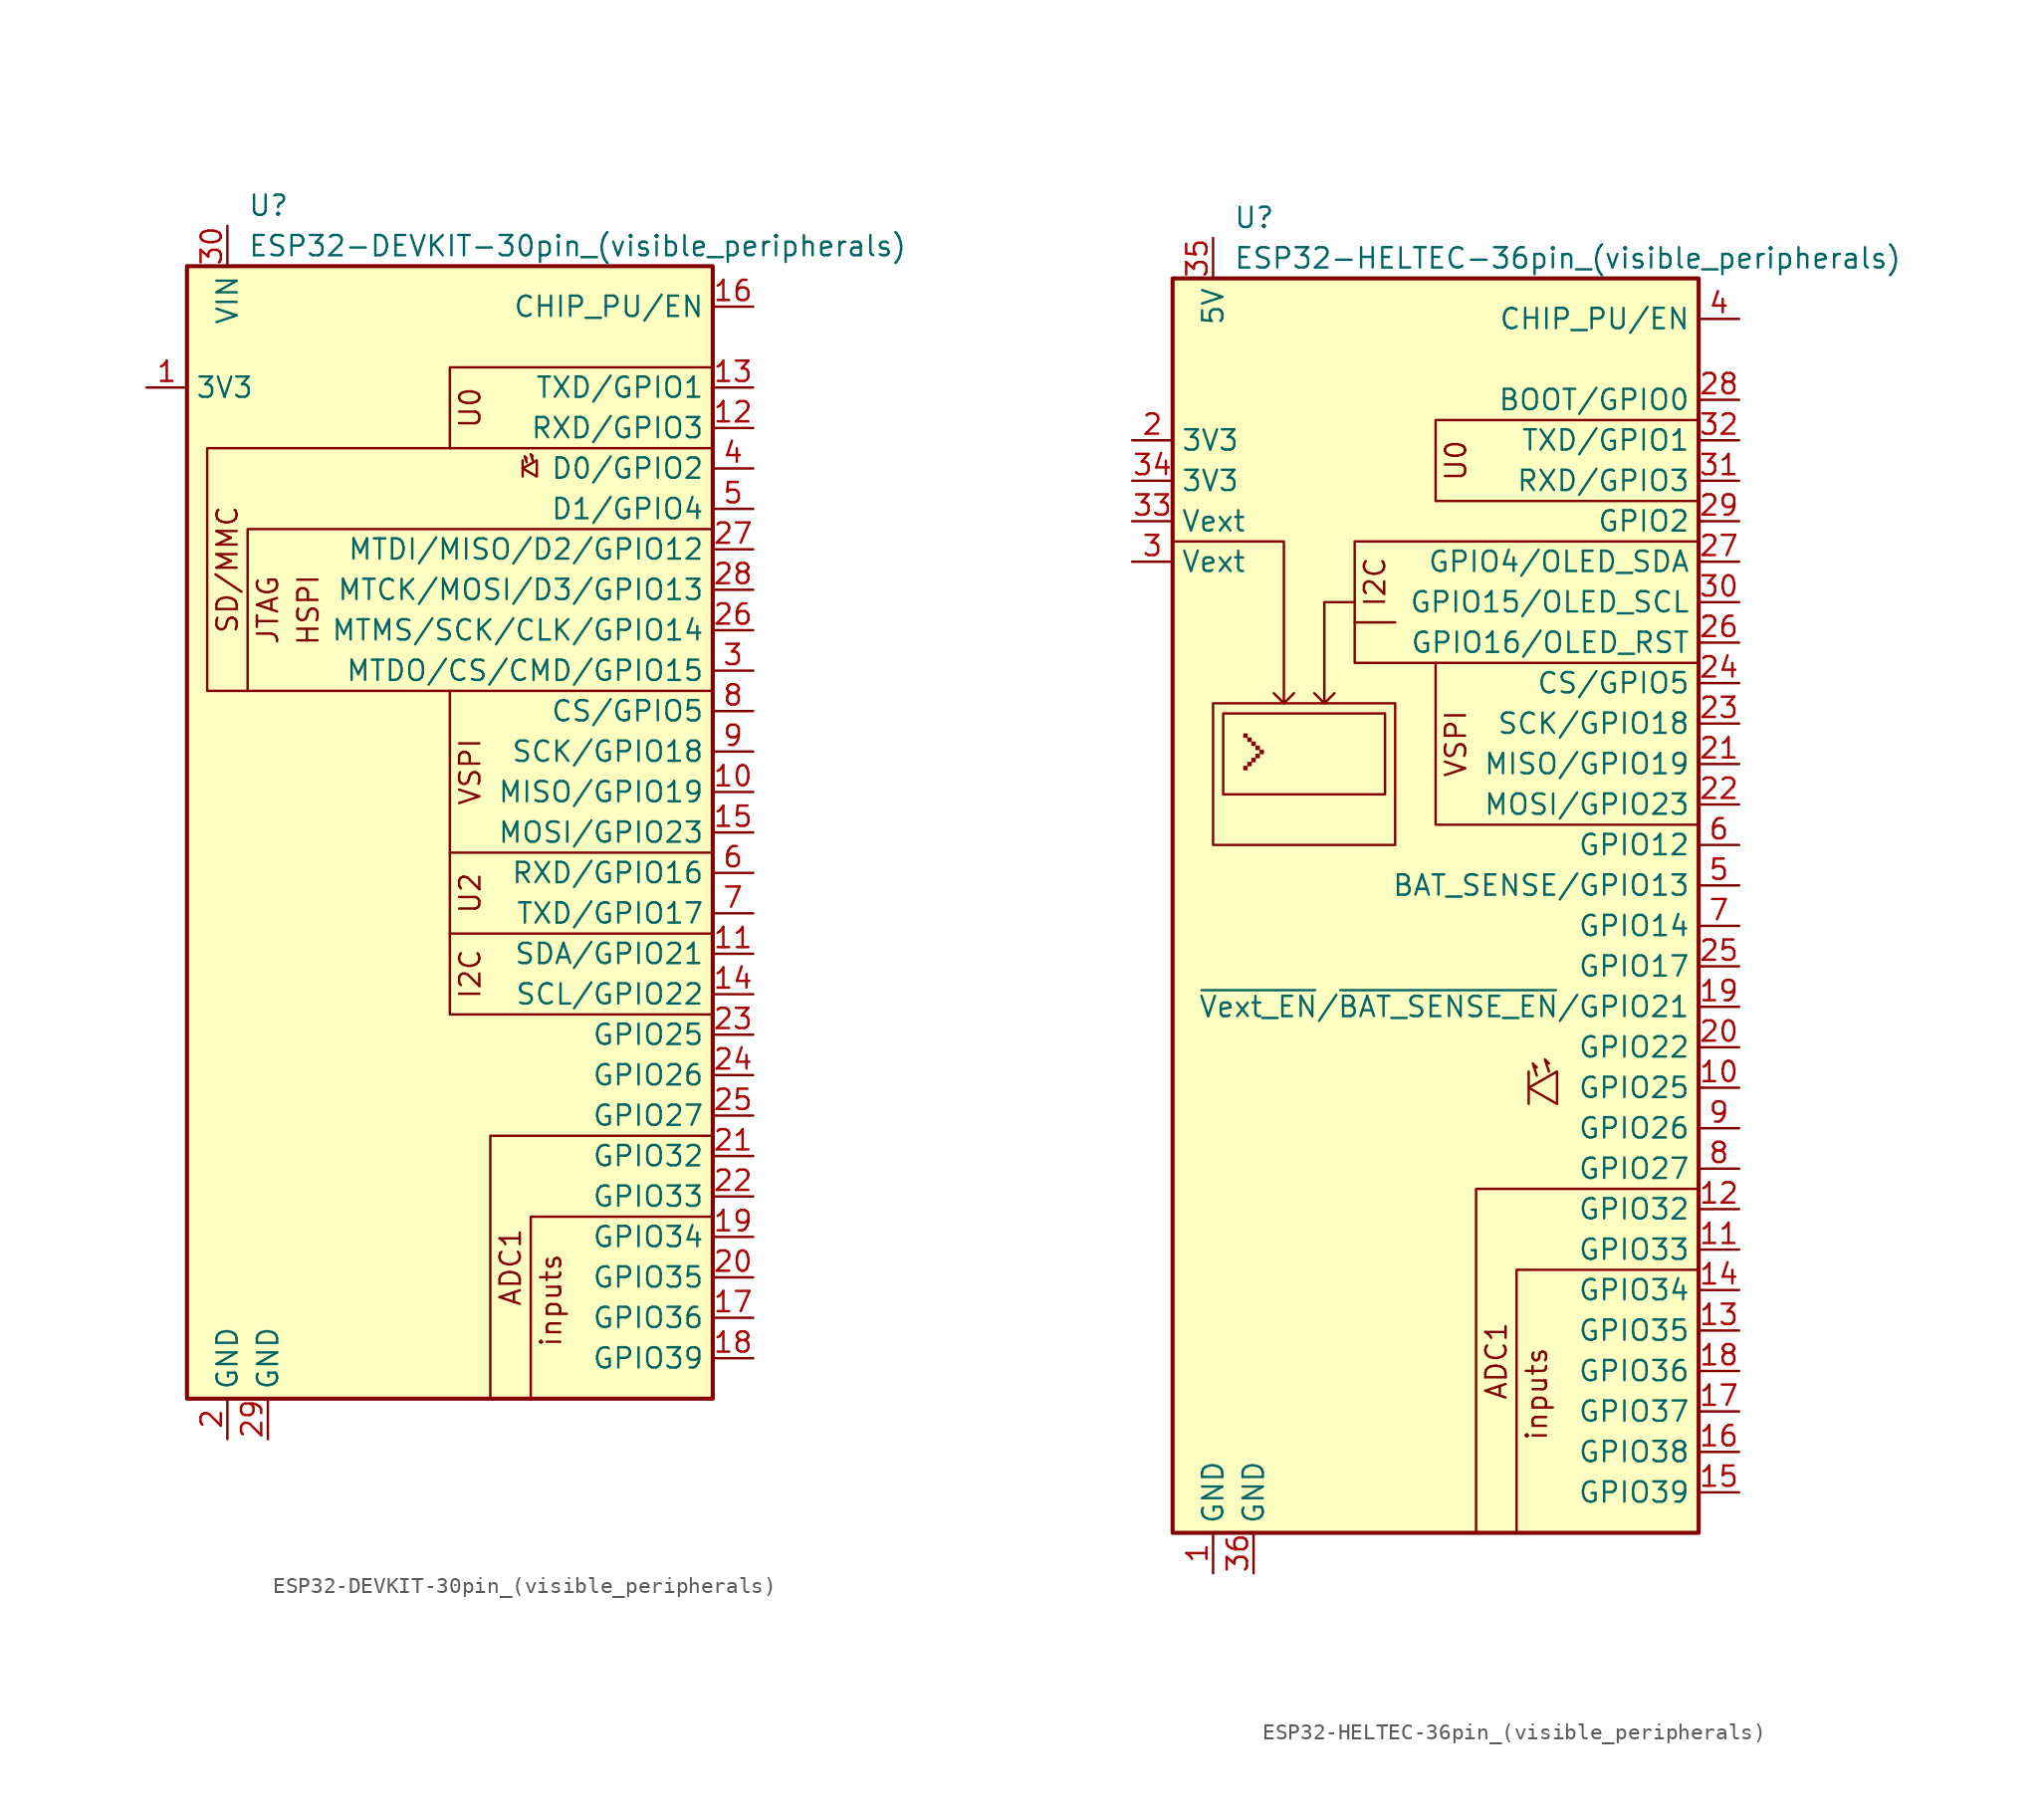
<source format=kicad_sym>
(kicad_symbol_lib
  (version 20211014)
  (generator kicad_symbol_editor)
  (symbol "ESP32-DEVKIT-30pin_(visible_peripherals)"
    (property "Reference" "U"
      (at -12.7 39.37 0)
      (effects (font (size 1.27 1.27)) (justify left)))
    (property "Value" "ESP32-DEVKIT-30pin_(visible_peripherals)"
      (at -12.7 36.83 0)
      (effects (font (size 1.27 1.27)) (justify left)))
    (symbol "ESP32-DEVKIT-30pin_(visible_peripherals)_0_0"
      (text "inputs" (at 6.35 -32.385 900) (effects (font (size 1.27 1.27)) (justify left)))
      (text "SD/MMC" (at -13.97 16.51 900) (effects (font (size 1.27 1.27))))
      (pin bidirectional line (at 19.05 2.54 180) (length 2.54) (name "MISO/GPIO19" (effects (font (size 1.27 1.27)))) (number "10" (effects (font (size 1.27 1.27)))))
      (pin bidirectional line (at 19.05 -7.62 180) (length 2.54) (name "SDA/GPIO21" (effects (font (size 1.27 1.27)))) (number "11" (effects (font (size 1.27 1.27)))))
      (pin bidirectional line (at 19.05 25.4 180) (length 2.54) (name "RXD/GPIO3" (effects (font (size 1.27 1.27)))) (number "12" (effects (font (size 1.27 1.27)))))
      (pin bidirectional line (at 19.05 27.94 180) (length 2.54) (name "TXD/GPIO1" (effects (font (size 1.27 1.27)))) (number "13" (effects (font (size 1.27 1.27)))))
      (pin bidirectional line (at 19.05 -10.16 180) (length 2.54) (name "SCL/GPIO22" (effects (font (size 1.27 1.27)))) (number "14" (effects (font (size 1.27 1.27)))))
      (pin bidirectional line (at 19.05 0 180) (length 2.54) (name "MOSI/GPIO23" (effects (font (size 1.27 1.27)))) (number "15" (effects (font (size 1.27 1.27)))))
      (pin input line (at 19.05 33.02 180) (length 2.54) (name "CHIP_PU/EN" (effects (font (size 1.27 1.27)))) (number "16" (effects (font (size 1.27 1.27)))))
      (pin input line (at 19.05 -30.48 180) (length 2.54) (name "GPIO36" (effects (font (size 1.27 1.27)))) (number "17" (effects (font (size 1.27 1.27)))))
      (pin input line (at 19.05 -33.02 180) (length 2.54) (name "GPIO39" (effects (font (size 1.27 1.27)))) (number "18" (effects (font (size 1.27 1.27)))))
      (pin input line (at 19.05 -25.4 180) (length 2.54) (name "GPIO34" (effects (font (size 1.27 1.27)))) (number "19" (effects (font (size 1.27 1.27)))))
      (pin power_in line (at -13.97 -38.1 90) (length 2.54) (name "GND" (effects (font (size 1.27 1.27)))) (number "2" (effects (font (size 1.27 1.27)))))
      (pin input line (at 19.05 -27.94 180) (length 2.54) (name "GPIO35" (effects (font (size 1.27 1.27)))) (number "20" (effects (font (size 1.27 1.27)))))
      (pin bidirectional line (at 19.05 -20.32 180) (length 2.54) (name "GPIO32" (effects (font (size 1.27 1.27)))) (number "21" (effects (font (size 1.27 1.27)))))
      (pin bidirectional line (at 19.05 -22.86 180) (length 2.54) (name "GPIO33" (effects (font (size 1.27 1.27)))) (number "22" (effects (font (size 1.27 1.27)))))
      (pin bidirectional line (at 19.05 -12.7 180) (length 2.54) (name "GPIO25" (effects (font (size 1.27 1.27)))) (number "23" (effects (font (size 1.27 1.27)))))
      (pin bidirectional line (at 19.05 -15.24 180) (length 2.54) (name "GPIO26" (effects (font (size 1.27 1.27)))) (number "24" (effects (font (size 1.27 1.27)))))
      (pin bidirectional line (at 19.05 -17.78 180) (length 2.54) (name "GPIO27" (effects (font (size 1.27 1.27)))) (number "25" (effects (font (size 1.27 1.27)))))
      (pin bidirectional line (at 19.05 12.7 180) (length 2.54) (name "MTMS/SCK/CLK/GPIO14" (effects (font (size 1.27 1.27)))) (number "26" (effects (font (size 1.27 1.27)))))
      (pin bidirectional line (at 19.05 17.78 180) (length 2.54) (name "MTDI/MISO/D2/GPIO12" (effects (font (size 1.27 1.27)))) (number "27" (effects (font (size 1.27 1.27)))))
      (pin bidirectional line (at 19.05 15.24 180) (length 2.54) (name "MTCK/MOSI/D3/GPIO13" (effects (font (size 1.27 1.27)))) (number "28" (effects (font (size 1.27 1.27)))))
      (pin bidirectional line (at 19.05 10.16 180) (length 2.54) (name "MTDO/CS/CMD/GPIO15" (effects (font (size 1.27 1.27)))) (number "3" (effects (font (size 1.27 1.27)))))
      (pin power_in line (at -13.97 38.1 270) (length 2.54) (name "VIN" (effects (font (size 1.27 1.27)))) (number "30" (effects (font (size 1.27 1.27)))))
      (pin bidirectional line (at 19.05 22.86 180) (length 2.54) (name "D0/GPIO2" (effects (font (size 1.27 1.27)))) (number "4" (effects (font (size 1.27 1.27)))))
      (pin bidirectional line (at 19.05 20.32 180) (length 2.54) (name "D1/GPIO4" (effects (font (size 1.27 1.27)))) (number "5" (effects (font (size 1.27 1.27)))))
      (pin bidirectional line (at 19.05 -2.54 180) (length 2.54) (name "RXD/GPIO16" (effects (font (size 1.27 1.27)))) (number "6" (effects (font (size 1.27 1.27)))))
      (pin bidirectional line (at 19.05 -5.08 180) (length 2.54) (name "TXD/GPIO17" (effects (font (size 1.27 1.27)))) (number "7" (effects (font (size 1.27 1.27)))))
      (pin bidirectional line (at 19.05 7.62 180) (length 2.54) (name "CS/GPIO5" (effects (font (size 1.27 1.27)))) (number "8" (effects (font (size 1.27 1.27)))))
      (pin bidirectional line (at 19.05 5.08 180) (length 2.54) (name "SCK/GPIO18" (effects (font (size 1.27 1.27)))) (number "9" (effects (font (size 1.27 1.27))))))
    (symbol "ESP32-DEVKIT-30pin_(visible_peripherals)_0_1"
      (rectangle (start -16.51 35.56) (end 16.51 -35.56) (stroke (width 0.254) (type default) (color 0 0 0 0)) (fill (type background)))
      (polyline (pts (xy 16.51 -6.35) (xy 0 -6.35)) (stroke (width 0) (type default) (color 0 0 0 0)) (fill (type none)))
      (polyline (pts (xy 16.51 -1.27) (xy 0 -1.27)) (stroke (width 0) (type default) (color 0 0 0 0)) (fill (type none)))
      (polyline (pts (xy 16.51 -24.13) (xy 5.08 -24.13) (xy 5.08 -35.56)) (stroke (width 0) (type default) (color 0 0 0 0)) (fill (type none)))
      (polyline (pts (xy 16.51 -19.05) (xy 2.54 -19.05) (xy 2.54 -35.56)) (stroke (width 0) (type default) (color 0 0 0 0)) (fill (type none)))
      (polyline (pts (xy 16.51 -11.43) (xy 0 -11.43) (xy 0 8.89)) (stroke (width 0) (type default) (color 0 0 0 0)) (fill (type none)))
      (polyline (pts (xy 16.51 19.05) (xy -12.7 19.05) (xy -12.7 8.89)) (stroke (width 0) (type default) (color 0 0 0 0)) (fill (type none)))
      (polyline (pts (xy 16.51 29.21) (xy 0 29.21) (xy 0 24.13)) (stroke (width 0) (type default) (color 0 0 0 0)) (fill (type none)))
      (polyline (pts (xy 16.51 24.13) (xy -15.24 24.13) (xy -15.24 8.89) (xy 16.51 8.89)) (stroke (width 0) (type default) (color 0 0 0 0)) (fill (type none))))
    (symbol "ESP32-DEVKIT-30pin_(visible_peripherals)_1_1"
      (polyline (pts (xy 4.572 23.368) (xy 4.572 22.352)) (stroke (width 0) (type default) (color 0 0 0 0)) (fill (type none)))
      (polyline (pts (xy 4.826 23.241) (xy 4.699 23.622) (xy 4.826 23.495)) (stroke (width 0) (type default) (color 0 0 0 0)) (fill (type none)))
      (polyline (pts (xy 5.207 23.368) (xy 5.08 23.749) (xy 5.207 23.622)) (stroke (width 0) (type default) (color 0 0 0 0)) (fill (type none)))
      (polyline (pts (xy 5.461 23.368) (xy 4.572 22.86) (xy 5.461 22.352) (xy 5.461 23.368)) (stroke (width 0) (type default) (color 0 0 0 0)) (fill (type none)))
      (text "ADC1" (at 3.81 -27.305 900) (effects (font (size 1.27 1.27))))
      (text "HSPI" (at -8.89 13.97 900) (effects (font (size 1.27 1.27))))
      (text "I2C" (at 1.27 -8.89 900) (effects (font (size 1.27 1.27))))
      (text "JTAG" (at -11.43 13.97 900) (effects (font (size 1.27 1.27))))
      (text "U0" (at 1.27 26.67 900) (effects (font (size 1.27 1.27))))
      (text "U2" (at 1.27 -3.81 900) (effects (font (size 1.27 1.27))))
      (text "VSPI" (at 1.27 3.81 900) (effects (font (size 1.27 1.27))))
      (pin power_out line (at -19.05 27.94 0) (length 2.54) (name "3V3" (effects (font (size 1.27 1.27)))) (number "1" (effects (font (size 1.27 1.27)))))
      (pin power_in line (at -11.43 -38.1 90) (length 2.54) (name "GND" (effects (font (size 1.27 1.27)))) (number "29" (effects (font (size 1.27 1.27)))))))
  (symbol "ESP32-HELTEC-36pin_(visible_peripherals)"
    (property "Reference" "U"
      (at -12.7 43.18 0)
      (effects (font (size 1.27 1.27)) (justify left)))
    (property "Value" "ESP32-HELTEC-36pin_(visible_peripherals)"
      (at -12.7 40.64 0)
      (effects (font (size 1.27 1.27)) (justify left)))
    (symbol "ESP32-HELTEC-36pin_(visible_peripherals)_0_0"
      (text "inputs" (at 6.35 -33.655 900) (effects (font (size 1.27 1.27)) (justify left)))
      (pin power_in line (at -13.97 -41.91 90) (length 2.54) (name "GND" (effects (font (size 1.27 1.27)))) (number "1" (effects (font (size 1.27 1.27)))))
      (pin bidirectional line (at 19.05 -11.43 180) (length 2.54) (name "GPIO25" (effects (font (size 1.27 1.27)))) (number "10" (effects (font (size 1.27 1.27)))))
      (pin bidirectional line (at 19.05 -21.59 180) (length 2.54) (name "GPIO33" (effects (font (size 1.27 1.27)))) (number "11" (effects (font (size 1.27 1.27)))))
      (pin bidirectional line (at 19.05 -19.05 180) (length 2.54) (name "GPIO32" (effects (font (size 1.27 1.27)))) (number "12" (effects (font (size 1.27 1.27)))))
      (pin input line (at 19.05 -26.67 180) (length 2.54) (name "GPIO35" (effects (font (size 1.27 1.27)))) (number "13" (effects (font (size 1.27 1.27)))))
      (pin input line (at 19.05 -24.13 180) (length 2.54) (name "GPIO34" (effects (font (size 1.27 1.27)))) (number "14" (effects (font (size 1.27 1.27)))))
      (pin input line (at 19.05 -36.83 180) (length 2.54) (name "GPIO39" (effects (font (size 1.27 1.27)))) (number "15" (effects (font (size 1.27 1.27)))))
      (pin input line (at 19.05 -29.21 180) (length 2.54) (name "GPIO36" (effects (font (size 1.27 1.27)))) (number "18" (effects (font (size 1.27 1.27)))))
      (pin bidirectional line (at 19.05 -6.35 180) (length 2.54) (name "~{Vext_EN}/~{BAT_SENSE_EN}/GPIO21" (effects (font (size 1.27 1.27)))) (number "19" (effects (font (size 1.27 1.27)))))
      (pin bidirectional line (at 19.05 -8.89 180) (length 2.54) (name "GPIO22" (effects (font (size 1.27 1.27)))) (number "20" (effects (font (size 1.27 1.27)))))
      (pin bidirectional line (at 19.05 8.89 180) (length 2.54) (name "MISO/GPIO19" (effects (font (size 1.27 1.27)))) (number "21" (effects (font (size 1.27 1.27)))))
      (pin bidirectional line (at 19.05 6.35 180) (length 2.54) (name "MOSI/GPIO23" (effects (font (size 1.27 1.27)))) (number "22" (effects (font (size 1.27 1.27)))))
      (pin bidirectional line (at 19.05 11.43 180) (length 2.54) (name "SCK/GPIO18" (effects (font (size 1.27 1.27)))) (number "23" (effects (font (size 1.27 1.27)))))
      (pin bidirectional line (at 19.05 13.97 180) (length 2.54) (name "CS/GPIO5" (effects (font (size 1.27 1.27)))) (number "24" (effects (font (size 1.27 1.27)))))
      (pin bidirectional line (at 19.05 -3.81 180) (length 2.54) (name "GPIO17" (effects (font (size 1.27 1.27)))) (number "25" (effects (font (size 1.27 1.27)))))
      (pin bidirectional line (at 19.05 16.51 180) (length 2.54) (name "GPIO16/OLED_RST" (effects (font (size 1.27 1.27)))) (number "26" (effects (font (size 1.27 1.27)))))
      (pin bidirectional line (at 19.05 21.59 180) (length 2.54) (name "GPIO4/OLED_SDA" (effects (font (size 1.27 1.27)))) (number "27" (effects (font (size 1.27 1.27)))))
      (pin bidirectional line (at 19.05 24.13 180) (length 2.54) (name "GPIO2" (effects (font (size 1.27 1.27)))) (number "29" (effects (font (size 1.27 1.27)))))
      (pin power_out line (at -19.05 21.59 0) (length 2.54) (name "Vext" (effects (font (size 1.27 1.27)))) (number "3" (effects (font (size 1.27 1.27)))))
      (pin bidirectional line (at 19.05 19.05 180) (length 2.54) (name "GPIO15/OLED_SCL" (effects (font (size 1.27 1.27)))) (number "30" (effects (font (size 1.27 1.27)))))
      (pin bidirectional line (at 19.05 26.67 180) (length 2.54) (name "RXD/GPIO3" (effects (font (size 1.27 1.27)))) (number "31" (effects (font (size 1.27 1.27)))))
      (pin bidirectional line (at 19.05 29.21 180) (length 2.54) (name "TXD/GPIO1" (effects (font (size 1.27 1.27)))) (number "32" (effects (font (size 1.27 1.27)))))
      (pin input line (at 19.05 36.83 180) (length 2.54) (name "CHIP_PU/EN" (effects (font (size 1.27 1.27)))) (number "4" (effects (font (size 1.27 1.27)))))
      (pin bidirectional line (at 19.05 1.27 180) (length 2.54) (name "BAT_SENSE/GPIO13" (effects (font (size 1.27 1.27)))) (number "5" (effects (font (size 1.27 1.27)))))
      (pin bidirectional line (at 19.05 3.81 180) (length 2.54) (name "GPIO12" (effects (font (size 1.27 1.27)))) (number "6" (effects (font (size 1.27 1.27)))))
      (pin bidirectional line (at 19.05 -1.27 180) (length 2.54) (name "GPIO14" (effects (font (size 1.27 1.27)))) (number "7" (effects (font (size 1.27 1.27)))))
      (pin bidirectional line (at 19.05 -16.51 180) (length 2.54) (name "GPIO27" (effects (font (size 1.27 1.27)))) (number "8" (effects (font (size 1.27 1.27)))))
      (pin bidirectional line (at 19.05 -13.97 180) (length 2.54) (name "GPIO26" (effects (font (size 1.27 1.27)))) (number "9" (effects (font (size 1.27 1.27))))))
    (symbol "ESP32-HELTEC-36pin_(visible_peripherals)_0_1"
      (rectangle (start -16.51 39.37) (end 16.51 -39.37) (stroke (width 0.254) (type default) (color 0 0 0 0)) (fill (type background)))
      (polyline (pts (xy -16.51 22.86) (xy -9.525 22.86) (xy -9.525 12.7)) (stroke (width 0) (type default) (color 0 0 0 0)) (fill (type none)))
      (polyline (pts (xy -10.16 13.335) (xy -9.525 12.7) (xy -8.89 13.335)) (stroke (width 0) (type default) (color 0 0 0 0)) (fill (type none)))
      (polyline (pts (xy -7.62 13.335) (xy -6.985 12.7) (xy -6.35 13.335)) (stroke (width 0) (type default) (color 0 0 0 0)) (fill (type none)))
      (polyline (pts (xy -5.08 19.05) (xy -6.985 19.05) (xy -6.985 12.7)) (stroke (width 0) (type default) (color 0 0 0 0)) (fill (type none)))
      (polyline (pts (xy 16.51 -22.86) (xy 5.08 -22.86) (xy 5.08 -39.37)) (stroke (width 0) (type default) (color 0 0 0 0)) (fill (type none)))
      (polyline (pts (xy 16.51 -17.78) (xy 2.54 -17.78) (xy 2.54 -39.37)) (stroke (width 0) (type default) (color 0 0 0 0)) (fill (type none)))
      (polyline (pts (xy 16.51 30.48) (xy 0 30.48) (xy 0 25.4) (xy 16.51 25.4)) (stroke (width 0) (type default) (color 0 0 0 0)) (fill (type none))))
    (symbol "ESP32-HELTEC-36pin_(visible_peripherals)_1_1"
      (rectangle (start -13.97 12.7) (end -2.54 3.81) (stroke (width 0) (type default) (color 0 0 0 0)) (fill (type none)))
      (rectangle (start -13.335 12.065) (end -3.175 6.985) (stroke (width 0) (type default) (color 0 0 0 0)) (fill (type none)))
      (rectangle (start -12.065 8.763) (end -11.811 8.509) (stroke (width 0.025) (type default) (color 0 0 0 0)) (fill (type outline)))
      (rectangle (start -12.065 10.795) (end -11.811 10.541) (stroke (width 0.025) (type default) (color 0 0 0 0)) (fill (type outline)))
      (rectangle (start -11.811 9.017) (end -11.557 8.763) (stroke (width 0.025) (type default) (color 0 0 0 0)) (fill (type outline)))
      (rectangle (start -11.811 10.541) (end -11.557 10.287) (stroke (width 0.025) (type default) (color 0 0 0 0)) (fill (type outline)))
      (rectangle (start -11.557 9.271) (end -11.303 9.017) (stroke (width 0.025) (type default) (color 0 0 0 0)) (fill (type outline)))
      (rectangle (start -11.557 10.287) (end -11.303 10.033) (stroke (width 0.025) (type default) (color 0 0 0 0)) (fill (type outline)))
      (rectangle (start -11.303 9.525) (end -11.049 9.271) (stroke (width 0.025) (type default) (color 0 0 0 0)) (fill (type outline)))
      (rectangle (start -11.303 10.033) (end -11.049 9.779) (stroke (width 0.025) (type default) (color 0 0 0 0)) (fill (type outline)))
      (rectangle (start -11.049 9.779) (end -10.795 9.525) (stroke (width 0.025) (type default) (color 0 0 0 0)) (fill (type outline)))
      (polyline (pts (xy -5.08 17.78) (xy -2.54 17.78)) (stroke (width 0) (type default) (color 0 0 0 0)) (fill (type none)))
      (polyline (pts (xy 5.842 -10.414) (xy 5.842 -12.446)) (stroke (width 0) (type default) (color 0 0 0 0)) (fill (type none)))
      (polyline (pts (xy 0 15.24) (xy 0 5.08) (xy 16.51 5.08)) (stroke (width 0) (type default) (color 0 0 0 0)) (fill (type none)))
      (polyline (pts (xy 6.35 -10.668) (xy 6.096 -9.906) (xy 6.35 -10.16)) (stroke (width 0) (type default) (color 0 0 0 0)) (fill (type none)))
      (polyline (pts (xy 7.112 -10.414) (xy 6.858 -9.652) (xy 7.112 -9.906)) (stroke (width 0) (type default) (color 0 0 0 0)) (fill (type none)))
      (polyline (pts (xy 7.62 -10.414) (xy 5.842 -11.43) (xy 7.62 -12.446) (xy 7.62 -10.414)) (stroke (width 0) (type default) (color 0 0 0 0)) (fill (type none)))
      (polyline (pts (xy 16.51 15.24) (xy -5.08 15.24) (xy -5.08 22.86) (xy 16.51 22.86)) (stroke (width 0) (type default) (color 0 0 0 0)) (fill (type none)))
      (text "ADC1" (at 3.81 -28.575 900) (effects (font (size 1.27 1.27))))
      (text "I2C" (at -3.81 20.32 900) (effects (font (size 1.27 1.27))))
      (text "U0" (at 1.27 27.94 900) (effects (font (size 1.27 1.27))))
      (text "VSPI" (at 1.27 10.16 900) (effects (font (size 1.27 1.27))))
      (pin input line (at 19.05 -34.29 180) (length 2.54) (name "GPIO38" (effects (font (size 1.27 1.27)))) (number "16" (effects (font (size 1.27 1.27)))))
      (pin input line (at 19.05 -31.75 180) (length 2.54) (name "GPIO37" (effects (font (size 1.27 1.27)))) (number "17" (effects (font (size 1.27 1.27)))))
      (pin power_out line (at -19.05 29.21 0) (length 2.54) (name "3V3" (effects (font (size 1.27 1.27)))) (number "2" (effects (font (size 1.27 1.27)))))
      (pin bidirectional line (at 19.05 31.75 180) (length 2.54) (name "BOOT/GPIO0" (effects (font (size 1.27 1.27)))) (number "28" (effects (font (size 1.27 1.27)))))
      (pin power_out line (at -19.05 24.13 0) (length 2.54) (name "Vext" (effects (font (size 1.27 1.27)))) (number "33" (effects (font (size 1.27 1.27)))))
      (pin power_out line (at -19.05 26.67 0) (length 2.54) (name "3V3" (effects (font (size 1.27 1.27)))) (number "34" (effects (font (size 1.27 1.27)))))
      (pin power_in line (at -13.97 41.91 270) (length 2.54) (name "5V" (effects (font (size 1.27 1.27)))) (number "35" (effects (font (size 1.27 1.27)))))
      (pin power_in line (at -11.43 -41.91 90) (length 2.54) (name "GND" (effects (font (size 1.27 1.27)))) (number "36" (effects (font (size 1.27 1.27))))))))
</source>
